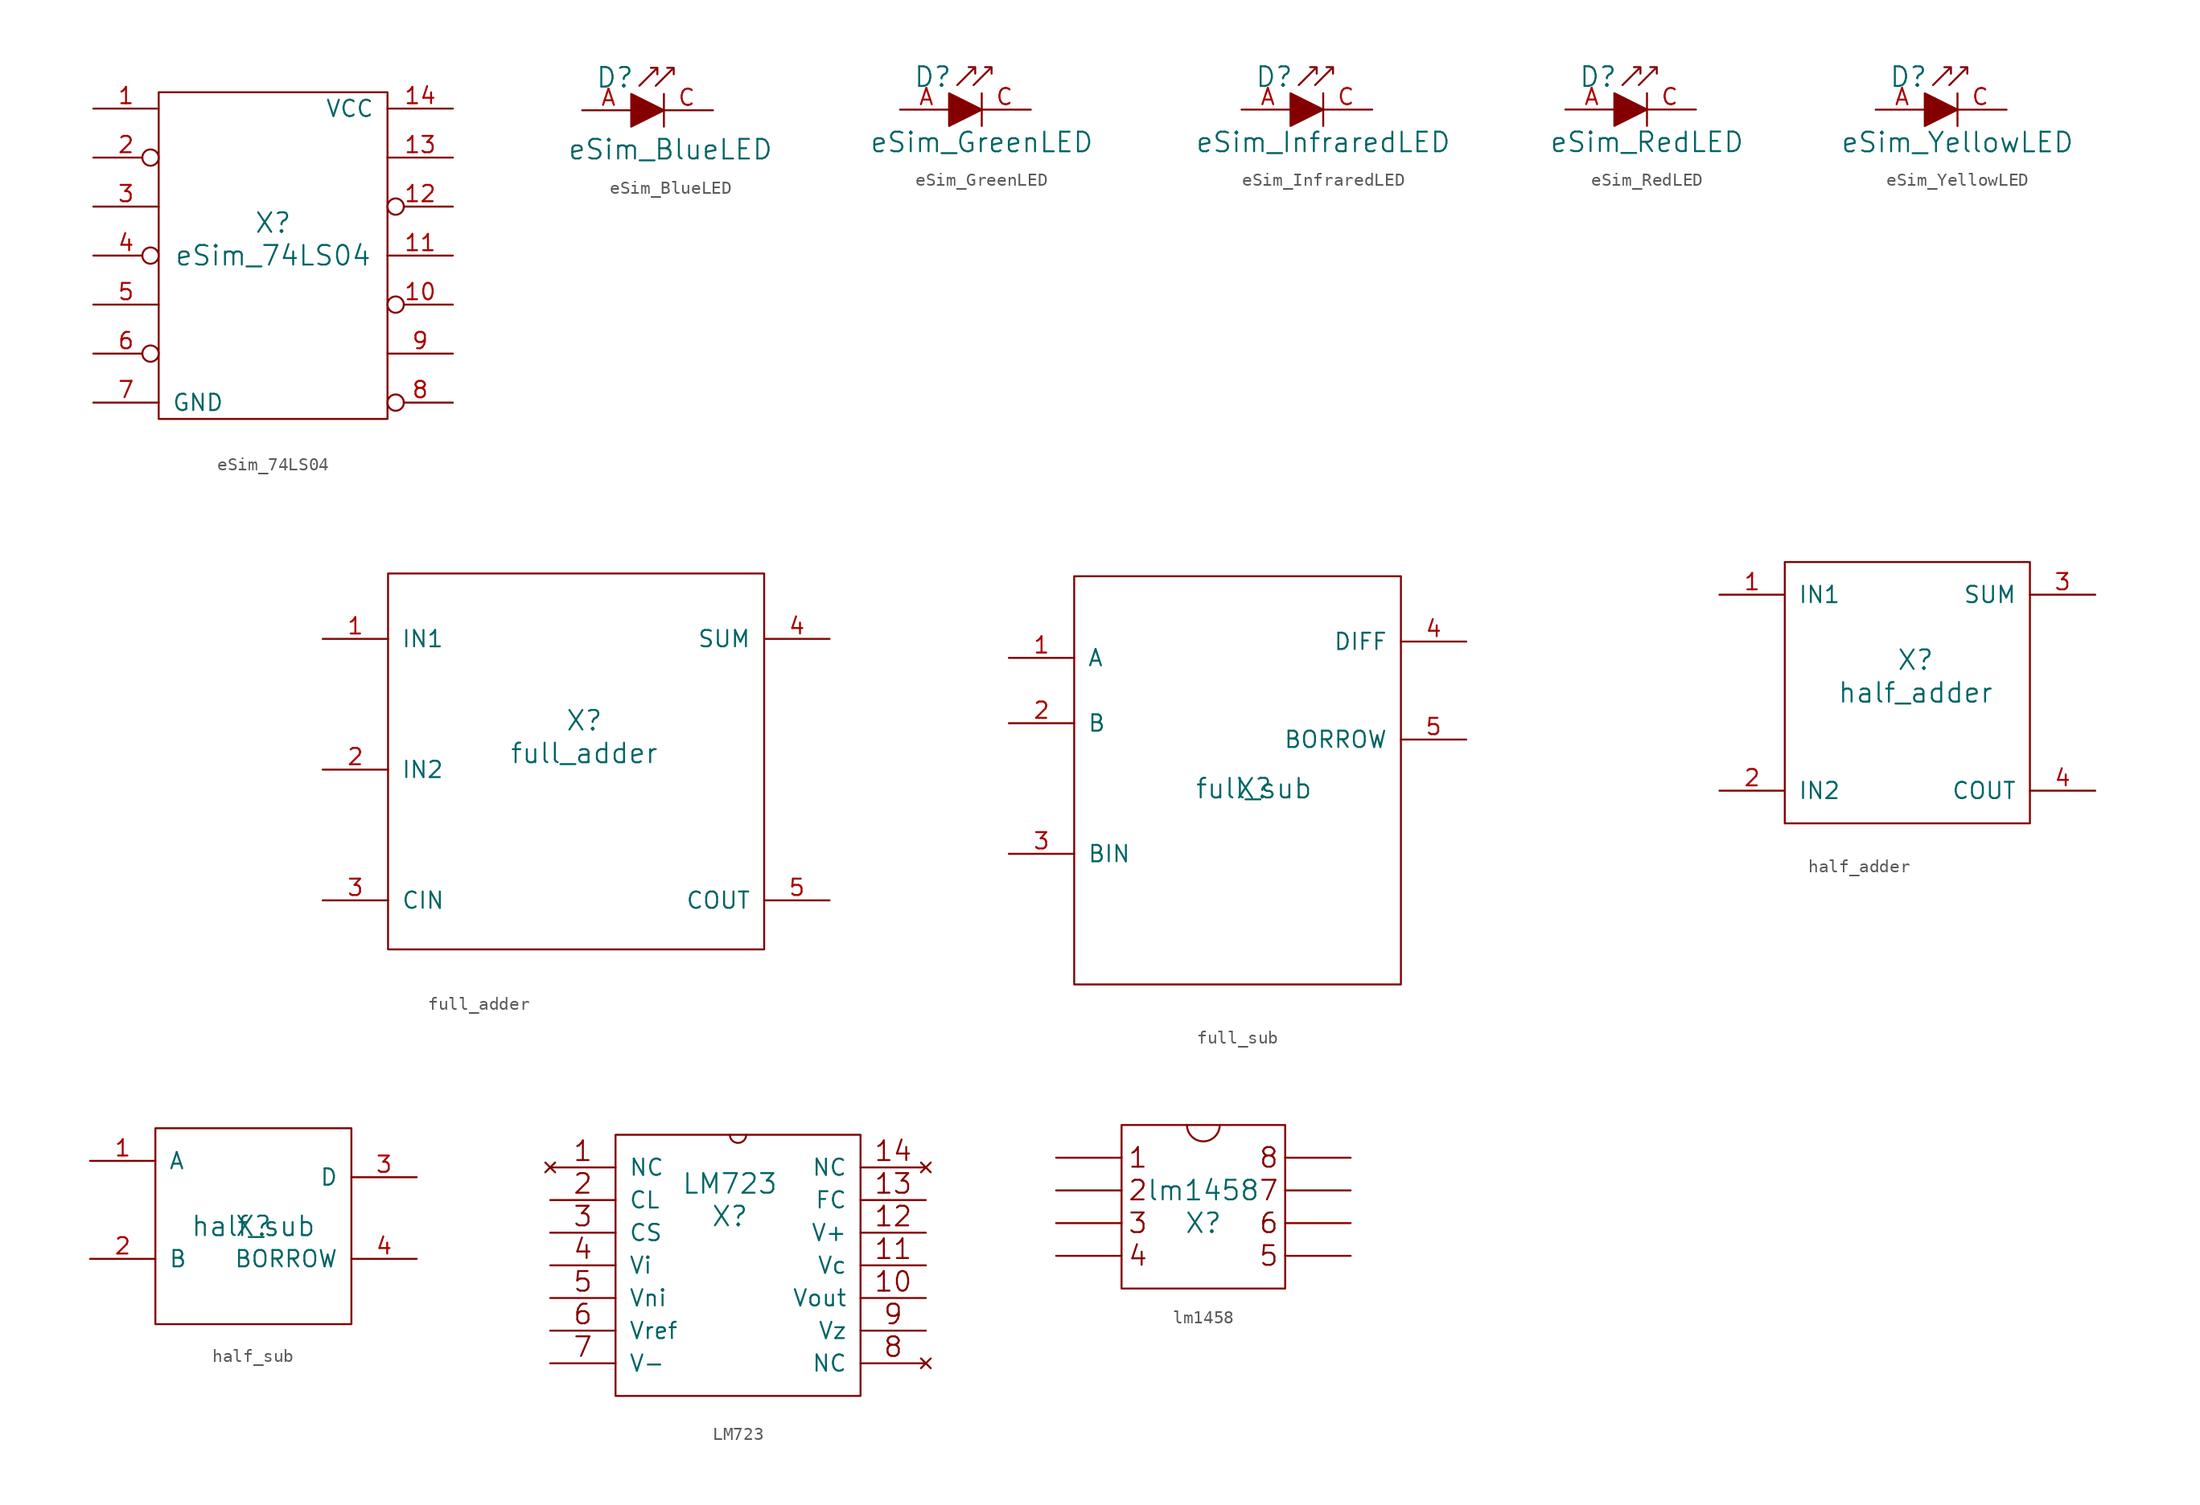
<source format=kicad_sym>
(kicad_symbol_lib
  (version 20211014)
  (generator kicad_symbol_editor)
  (symbol "eSim_74LS04"
    (pin_names
      (offset 1.016))
    (property "Reference" "X"
      (at 0 2.54 0)
      (effects (font (size 1.524 1.524))))
    (property "Value" "eSim_74LS04"
      (at 0 0 0)
      (effects (font (size 1.524 1.524))))
    (symbol "eSim_74LS04_0_1"
      (rectangle (start 8.89 12.7) (end -8.89 -12.7) (stroke (width 0) (type default) (color 0 0 0 0)) (fill (type none))))
    (symbol "eSim_74LS04_1_1"
      (pin passive line (at -13.97 11.43 0) (length 5.08) (name "~" (effects (font (size 1.27 1.27)))) (number "1" (effects (font (size 1.27 1.27)))))
      (pin passive inverted (at 13.97 -3.81 180) (length 5.08) (name "~" (effects (font (size 1.27 1.27)))) (number "10" (effects (font (size 1.27 1.27)))))
      (pin passive line (at 13.97 0 180) (length 5.08) (name "~" (effects (font (size 1.27 1.27)))) (number "11" (effects (font (size 1.27 1.27)))))
      (pin passive inverted (at 13.97 3.81 180) (length 5.08) (name "~" (effects (font (size 1.27 1.27)))) (number "12" (effects (font (size 1.27 1.27)))))
      (pin passive line (at 13.97 7.62 180) (length 5.08) (name "~" (effects (font (size 1.27 1.27)))) (number "13" (effects (font (size 1.27 1.27)))))
      (pin passive line (at 13.97 11.43 180) (length 5.08) (name "VCC" (effects (font (size 1.27 1.27)))) (number "14" (effects (font (size 1.27 1.27)))))
      (pin passive inverted (at -13.97 7.62 0) (length 5.08) (name "~" (effects (font (size 1.27 1.27)))) (number "2" (effects (font (size 1.27 1.27)))))
      (pin passive line (at -13.97 3.81 0) (length 5.08) (name "~" (effects (font (size 1.27 1.27)))) (number "3" (effects (font (size 1.27 1.27)))))
      (pin passive inverted (at -13.97 0 0) (length 5.08) (name "~" (effects (font (size 1.27 1.27)))) (number "4" (effects (font (size 1.27 1.27)))))
      (pin passive line (at -13.97 -3.81 0) (length 5.08) (name "~" (effects (font (size 1.27 1.27)))) (number "5" (effects (font (size 1.27 1.27)))))
      (pin passive inverted (at -13.97 -7.62 0) (length 5.08) (name "~" (effects (font (size 1.27 1.27)))) (number "6" (effects (font (size 1.27 1.27)))))
      (pin passive line (at -13.97 -11.43 0) (length 5.08) (name "GND" (effects (font (size 1.27 1.27)))) (number "7" (effects (font (size 1.27 1.27)))))
      (pin passive inverted (at 13.97 -11.43 180) (length 5.08) (name "~" (effects (font (size 1.27 1.27)))) (number "8" (effects (font (size 1.27 1.27)))))
      (pin passive line (at 13.97 -7.62 180) (length 5.08) (name "~" (effects (font (size 1.27 1.27)))) (number "9" (effects (font (size 1.27 1.27)))))))
  (symbol "eSim_BlueLED"
    (property "Reference" "D"
      (at -2.54 2.54 0)
      (effects (font (size 1.524 1.524))))
    (property "Value" "eSim_BlueLED"
      (at 1.778 -3.048 0)
      (effects (font (size 1.524 1.524))))
    (symbol "eSim_BlueLED_0_0"
      (polyline (pts (xy -0.635 1.905) (xy 0.635 3.175)) (stroke (width 0) (type default) (color 0 0 0 0)) (fill (type none)))
      (polyline (pts (xy 0.635 1.905) (xy 1.905 3.175)) (stroke (width 0) (type default) (color 0 0 0 0)) (fill (type none)))
      (polyline (pts (xy 1.27 1.27) (xy 1.27 -1.27)) (stroke (width 0) (type default) (color 0 0 0 0)) (fill (type none)))
      (polyline (pts (xy 0.762 2.794) (xy 0.762 3.302) (xy 0.254 3.302)) (stroke (width 0) (type default) (color 0 0 0 0)) (fill (type none)))
      (polyline (pts (xy 1.524 3.302) (xy 2.032 3.302) (xy 2.032 2.794)) (stroke (width 0) (type default) (color 0 0 0 0)) (fill (type none)))
      (polyline (pts (xy -1.27 1.27) (xy -1.27 -1.27) (xy 1.27 0) (xy -1.27 1.27)) (stroke (width 0) (type default) (color 0 0 0 0)) (fill (type outline))))
    (symbol "eSim_BlueLED_1_1"
      (pin input line (at -5.08 0 0) (length 4.089) (name "~" (effects (font (size 0.508 0.508)))) (number "A" (effects (font (size 1.27 1.27)))))
      (pin input line (at 5.08 0 180) (length 4.089) (name "~" (effects (font (size 0.508 0.508)))) (number "C" (effects (font (size 1.27 1.27)))))))
  (symbol "eSim_GreenLED"
    (property "Reference" "D"
      (at -2.54 2.54 0)
      (effects (font (size 1.524 1.524))))
    (property "Value" "eSim_GreenLED"
      (at 1.27 -2.54 0)
      (effects (font (size 1.524 1.524))))
    (symbol "eSim_GreenLED_0_0"
      (polyline (pts (xy -0.635 1.905) (xy 0.635 3.175)) (stroke (width 0) (type default) (color 0 0 0 0)) (fill (type none)))
      (polyline (pts (xy 0.635 1.905) (xy 1.905 3.175)) (stroke (width 0) (type default) (color 0 0 0 0)) (fill (type none)))
      (polyline (pts (xy 1.27 1.27) (xy 1.27 -1.27)) (stroke (width 0) (type default) (color 0 0 0 0)) (fill (type none)))
      (polyline (pts (xy 0.762 2.794) (xy 0.762 3.302) (xy 0.254 3.302)) (stroke (width 0) (type default) (color 0 0 0 0)) (fill (type none)))
      (polyline (pts (xy 1.524 3.302) (xy 2.032 3.302) (xy 2.032 2.794)) (stroke (width 0) (type default) (color 0 0 0 0)) (fill (type none)))
      (polyline (pts (xy -1.27 1.27) (xy -1.27 -1.27) (xy 1.27 0) (xy -1.27 1.27)) (stroke (width 0) (type default) (color 0 0 0 0)) (fill (type outline))))
    (symbol "eSim_GreenLED_1_1"
      (pin input line (at -5.08 0 0) (length 4.089) (name "~" (effects (font (size 0.508 0.508)))) (number "A" (effects (font (size 1.27 1.27)))))
      (pin input line (at 5.08 0 180) (length 4.089) (name "~" (effects (font (size 0.508 0.508)))) (number "C" (effects (font (size 1.27 1.27)))))))
  (symbol "eSim_InfraredLED"
    (property "Reference" "D"
      (at -2.54 2.54 0)
      (effects (font (size 1.524 1.524))))
    (property "Value" "eSim_InfraredLED"
      (at 1.27 -2.54 0)
      (effects (font (size 1.524 1.524))))
    (symbol "eSim_InfraredLED_0_0"
      (polyline (pts (xy -0.635 1.905) (xy 0.635 3.175)) (stroke (width 0) (type default) (color 0 0 0 0)) (fill (type none)))
      (polyline (pts (xy 0.635 1.905) (xy 1.905 3.175)) (stroke (width 0) (type default) (color 0 0 0 0)) (fill (type none)))
      (polyline (pts (xy 1.27 1.27) (xy 1.27 -1.27)) (stroke (width 0) (type default) (color 0 0 0 0)) (fill (type none)))
      (polyline (pts (xy 0.762 2.794) (xy 0.762 3.302) (xy 0.254 3.302)) (stroke (width 0) (type default) (color 0 0 0 0)) (fill (type none)))
      (polyline (pts (xy 1.524 3.302) (xy 2.032 3.302) (xy 2.032 2.794)) (stroke (width 0) (type default) (color 0 0 0 0)) (fill (type none)))
      (polyline (pts (xy -1.27 1.27) (xy -1.27 -1.27) (xy 1.27 0) (xy -1.27 1.27)) (stroke (width 0) (type default) (color 0 0 0 0)) (fill (type outline))))
    (symbol "eSim_InfraredLED_1_1"
      (pin input line (at -5.08 0 0) (length 4.089) (name "~" (effects (font (size 0.508 0.508)))) (number "A" (effects (font (size 1.27 1.27)))))
      (pin input line (at 5.08 0 180) (length 4.089) (name "~" (effects (font (size 0.508 0.508)))) (number "C" (effects (font (size 1.27 1.27)))))))
  (symbol "eSim_RedLED"
    (property "Reference" "D"
      (at -2.54 2.54 0)
      (effects (font (size 1.524 1.524))))
    (property "Value" "eSim_RedLED"
      (at 1.27 -2.54 0)
      (effects (font (size 1.524 1.524))))
    (symbol "eSim_RedLED_0_0"
      (polyline (pts (xy -0.635 1.905) (xy 0.635 3.175)) (stroke (width 0) (type default) (color 0 0 0 0)) (fill (type none)))
      (polyline (pts (xy 0.635 1.905) (xy 1.905 3.175)) (stroke (width 0) (type default) (color 0 0 0 0)) (fill (type none)))
      (polyline (pts (xy 1.27 1.27) (xy 1.27 -1.27)) (stroke (width 0) (type default) (color 0 0 0 0)) (fill (type none)))
      (polyline (pts (xy 0.762 2.794) (xy 0.762 3.302) (xy 0.254 3.302)) (stroke (width 0) (type default) (color 0 0 0 0)) (fill (type none)))
      (polyline (pts (xy 1.524 3.302) (xy 2.032 3.302) (xy 2.032 2.794)) (stroke (width 0) (type default) (color 0 0 0 0)) (fill (type none)))
      (polyline (pts (xy -1.27 1.27) (xy -1.27 -1.27) (xy 1.27 0) (xy -1.27 1.27)) (stroke (width 0) (type default) (color 0 0 0 0)) (fill (type outline))))
    (symbol "eSim_RedLED_1_1"
      (pin input line (at -5.08 0 0) (length 4.089) (name "~" (effects (font (size 0.508 0.508)))) (number "A" (effects (font (size 1.27 1.27)))))
      (pin input line (at 5.08 0 180) (length 4.089) (name "~" (effects (font (size 0.508 0.508)))) (number "C" (effects (font (size 1.27 1.27)))))))
  (symbol "eSim_YellowLED"
    (property "Reference" "D"
      (at -2.54 2.54 0)
      (effects (font (size 1.524 1.524))))
    (property "Value" "eSim_YellowLED"
      (at 1.27 -2.54 0)
      (effects (font (size 1.524 1.524))))
    (symbol "eSim_YellowLED_0_0"
      (polyline (pts (xy -0.635 1.905) (xy 0.635 3.175)) (stroke (width 0) (type default) (color 0 0 0 0)) (fill (type none)))
      (polyline (pts (xy 0.635 1.905) (xy 1.905 3.175)) (stroke (width 0) (type default) (color 0 0 0 0)) (fill (type none)))
      (polyline (pts (xy 1.27 1.27) (xy 1.27 -1.27)) (stroke (width 0) (type default) (color 0 0 0 0)) (fill (type none)))
      (polyline (pts (xy 0.762 2.794) (xy 0.762 3.302) (xy 0.254 3.302)) (stroke (width 0) (type default) (color 0 0 0 0)) (fill (type none)))
      (polyline (pts (xy 1.524 3.302) (xy 2.032 3.302) (xy 2.032 2.794)) (stroke (width 0) (type default) (color 0 0 0 0)) (fill (type none)))
      (polyline (pts (xy -1.27 1.27) (xy -1.27 -1.27) (xy 1.27 0) (xy -1.27 1.27)) (stroke (width 0) (type default) (color 0 0 0 0)) (fill (type outline))))
    (symbol "eSim_YellowLED_1_1"
      (pin input line (at -5.08 0 0) (length 4.089) (name "~" (effects (font (size 0.508 0.508)))) (number "A" (effects (font (size 1.27 1.27)))))
      (pin input line (at 5.08 0 180) (length 4.089) (name "~" (effects (font (size 0.508 0.508)))) (number "C" (effects (font (size 1.27 1.27)))))))
  (symbol "full_adder"
    (pin_names
      (offset 1.016))
    (property "Reference" "X"
      (at 35.56 17.78 0)
      (effects (font (size 1.524 1.524))))
    (property "Value" "full_adder"
      (at 35.56 15.24 0)
      (effects (font (size 1.524 1.524))))
    (property "Footprint" ""
      (at 0 0 0)
      (effects (font (size 1.524 1.524))))
    (property "Datasheet" ""
      (at 0 0 0)
      (effects (font (size 1.524 1.524))))
    (symbol "full_adder_0_1"
      (rectangle (start 20.32 29.21) (end 49.53 0) (stroke (width 0) (type default) (color 0 0 0 0)) (fill (type none))))
    (symbol "full_adder_1_1"
      (pin input line (at 15.24 24.13 0) (length 5.08) (name "IN1" (effects (font (size 1.27 1.27)))) (number "1" (effects (font (size 1.27 1.27)))))
      (pin input line (at 15.24 13.97 0) (length 5.08) (name "IN2" (effects (font (size 1.27 1.27)))) (number "2" (effects (font (size 1.27 1.27)))))
      (pin input line (at 15.24 3.81 0) (length 5.08) (name "CIN" (effects (font (size 1.27 1.27)))) (number "3" (effects (font (size 1.27 1.27)))))
      (pin output line (at 54.61 24.13 180) (length 5.08) (name "SUM" (effects (font (size 1.27 1.27)))) (number "4" (effects (font (size 1.27 1.27)))))
      (pin output line (at 54.61 3.81 180) (length 5.08) (name "COUT" (effects (font (size 1.27 1.27)))) (number "5" (effects (font (size 1.27 1.27)))))))
  (symbol "full_sub"
    (pin_names
      (offset 1.016))
    (property "Reference" "X"
      (at 0 0 0)
      (effects (font (size 1.524 1.524))))
    (property "Value" "full_sub"
      (at 0 0 0)
      (effects (font (size 1.524 1.524))))
    (property "Footprint" ""
      (at 0 0 0)
      (effects (font (size 1.524 1.524))))
    (property "Datasheet" ""
      (at 0 0 0)
      (effects (font (size 1.524 1.524))))
    (symbol "full_sub_0_1"
      (rectangle (start -13.97 16.51) (end 11.43 -15.24) (stroke (width 0) (type default) (color 0 0 0 0)) (fill (type none))))
    (symbol "full_sub_1_1"
      (pin input line (at -19.05 10.16 0) (length 5.08) (name "A" (effects (font (size 1.27 1.27)))) (number "1" (effects (font (size 1.27 1.27)))))
      (pin input line (at -19.05 5.08 0) (length 5.08) (name "B" (effects (font (size 1.27 1.27)))) (number "2" (effects (font (size 1.27 1.27)))))
      (pin input line (at -19.05 -5.08 0) (length 5.08) (name "BIN" (effects (font (size 1.27 1.27)))) (number "3" (effects (font (size 1.27 1.27)))))
      (pin output line (at 16.51 11.43 180) (length 5.08) (name "DIFF" (effects (font (size 1.27 1.27)))) (number "4" (effects (font (size 1.27 1.27)))))
      (pin output line (at 16.51 3.81 180) (length 5.08) (name "BORROW" (effects (font (size 1.27 1.27)))) (number "5" (effects (font (size 1.27 1.27)))))))
  (symbol "half_adder"
    (pin_names
      (offset 1.016))
    (property "Reference" "X"
      (at 22.86 12.7 0)
      (effects (font (size 1.524 1.524))))
    (property "Value" "half_adder"
      (at 22.86 10.16 0)
      (effects (font (size 1.524 1.524))))
    (property "Footprint" ""
      (at 0 0 0)
      (effects (font (size 1.524 1.524))))
    (property "Datasheet" ""
      (at 0 0 0)
      (effects (font (size 1.524 1.524))))
    (symbol "half_adder_0_1"
      (rectangle (start 12.7 20.32) (end 31.75 0) (stroke (width 0) (type default) (color 0 0 0 0)) (fill (type none))))
    (symbol "half_adder_1_1"
      (pin input line (at 7.62 17.78 0) (length 5.08) (name "IN1" (effects (font (size 1.27 1.27)))) (number "1" (effects (font (size 1.27 1.27)))))
      (pin input line (at 7.62 2.54 0) (length 5.08) (name "IN2" (effects (font (size 1.27 1.27)))) (number "2" (effects (font (size 1.27 1.27)))))
      (pin output line (at 36.83 17.78 180) (length 5.08) (name "SUM" (effects (font (size 1.27 1.27)))) (number "3" (effects (font (size 1.27 1.27)))))
      (pin output line (at 36.83 2.54 180) (length 5.08) (name "COUT" (effects (font (size 1.27 1.27)))) (number "4" (effects (font (size 1.27 1.27)))))))
  (symbol "half_sub"
    (pin_names
      (offset 1.016))
    (property "Reference" "X"
      (at 0 0 0)
      (effects (font (size 1.524 1.524))))
    (property "Value" "half_sub"
      (at 0 0 0)
      (effects (font (size 1.524 1.524))))
    (symbol "half_sub_0_1"
      (rectangle (start -7.62 7.62) (end 7.62 -7.62) (stroke (width 0) (type default) (color 0 0 0 0)) (fill (type none))))
    (symbol "half_sub_1_1"
      (pin input line (at -12.7 5.08 0) (length 5.08) (name "A" (effects (font (size 1.27 1.27)))) (number "1" (effects (font (size 1.27 1.27)))))
      (pin input line (at -12.7 -2.54 0) (length 5.08) (name "B" (effects (font (size 1.27 1.27)))) (number "2" (effects (font (size 1.27 1.27)))))
      (pin output line (at 12.7 3.81 180) (length 5.08) (name "D" (effects (font (size 1.27 1.27)))) (number "3" (effects (font (size 1.27 1.27)))))
      (pin output line (at 12.7 -2.54 180) (length 5.08) (name "BORROW" (effects (font (size 1.27 1.27)))) (number "4" (effects (font (size 1.27 1.27)))))))
  (symbol "LM723"
    (pin_numbers hide)
    (pin_names
      (offset 1.016))
    (property "Reference" "X"
      (at -1.27 3.81 0)
      (effects (font (size 1.524 1.524))))
    (property "Value" "LM723"
      (at -1.27 6.35 0)
      (effects (font (size 1.524 1.524))))
    (symbol "LM723_0_0"
      (text "1" (at -12.7 8.89 0) (effects (font (size 1.524 1.524))))
      (text "10" (at 11.43 -1.27 0) (effects (font (size 1.524 1.524))))
      (text "11" (at 11.43 1.27 0) (effects (font (size 1.524 1.524))))
      (text "12" (at 11.43 3.81 0) (effects (font (size 1.524 1.524))))
      (text "13" (at 11.43 6.35 0) (effects (font (size 1.524 1.524))))
      (text "14" (at 11.43 8.89 0) (effects (font (size 1.524 1.524))))
      (text "2" (at -12.7 6.35 0) (effects (font (size 1.524 1.524))))
      (text "3" (at -12.7 3.81 0) (effects (font (size 1.524 1.524))))
      (text "4" (at -12.7 1.27 0) (effects (font (size 1.524 1.524))))
      (text "5" (at -12.7 -1.27 0) (effects (font (size 1.524 1.524))))
      (text "6" (at -12.7 -3.81 0) (effects (font (size 1.524 1.524))))
      (text "7" (at -12.7 -6.35 0) (effects (font (size 1.524 1.524))))
      (text "8" (at 11.43 -6.35 0) (effects (font (size 1.524 1.524))))
      (text "9" (at 11.43 -3.81 0) (effects (font (size 1.524 1.524)))))
    (symbol "LM723_0_1"
      (rectangle (start -10.16 10.16) (end 8.89 -10.16) (stroke (width 0) (type default) (color 0 0 0 0)) (fill (type none)))
      (arc (start -1.27 10.16) (mid -0.635 9.525) (end 0 10.16) (stroke (width 0) (type default) (color 0 0 0 0)) (fill (type none))))
    (symbol "LM723_1_1"
      (pin bidirectional line (at 13.97 2.54 180) (length 5.08) (name "V+" (effects (font (size 1.27 1.27)))) (number "1" (effects (font (size 1.27 1.27)))))
      (pin bidirectional line (at -15.24 -2.54 0) (length 5.08) (name "Vni" (effects (font (size 1.27 1.27)))) (number "10" (effects (font (size 1.27 1.27)))))
      (pin no_connect line (at -15.24 7.62 0) (length 5.08) (name "NC" (effects (font (size 1.27 1.27)))) (number "11" (effects (font (size 1.27 1.27)))))
      (pin no_connect line (at 13.97 7.62 180) (length 5.08) (name "NC" (effects (font (size 1.27 1.27)))) (number "12" (effects (font (size 1.27 1.27)))))
      (pin no_connect line (at 13.97 -7.62 180) (length 5.08) (name "NC" (effects (font (size 1.27 1.27)))) (number "13" (effects (font (size 1.27 1.27)))))
      (pin bidirectional line (at -15.24 -7.62 0) (length 5.08) (name "V-" (effects (font (size 1.27 1.27)))) (number "14" (effects (font (size 1.27 1.27)))))
      (pin bidirectional line (at 13.97 0 180) (length 5.08) (name "Vc" (effects (font (size 1.27 1.27)))) (number "2" (effects (font (size 1.27 1.27)))))
      (pin bidirectional line (at 13.97 -2.54 180) (length 5.08) (name "Vout" (effects (font (size 1.27 1.27)))) (number "3" (effects (font (size 1.27 1.27)))))
      (pin bidirectional line (at 13.97 -5.08 180) (length 5.08) (name "Vz" (effects (font (size 1.27 1.27)))) (number "4" (effects (font (size 1.27 1.27)))))
      (pin bidirectional line (at -15.24 -5.08 0) (length 5.08) (name "Vref" (effects (font (size 1.27 1.27)))) (number "5" (effects (font (size 1.27 1.27)))))
      (pin bidirectional line (at 13.97 5.08 180) (length 5.08) (name "FC" (effects (font (size 1.27 1.27)))) (number "6" (effects (font (size 1.27 1.27)))))
      (pin bidirectional line (at -15.24 5.08 0) (length 5.08) (name "CL" (effects (font (size 1.27 1.27)))) (number "7" (effects (font (size 1.27 1.27)))))
      (pin bidirectional line (at -15.24 2.54 0) (length 5.08) (name "CS" (effects (font (size 1.27 1.27)))) (number "8" (effects (font (size 1.27 1.27)))))
      (pin bidirectional line (at -15.24 0 0) (length 5.08) (name "Vi" (effects (font (size 1.27 1.27)))) (number "9" (effects (font (size 1.27 1.27)))))))
  (symbol "lm1458"
    (pin_numbers hide)
    (pin_names
      (offset 1.016) hide)
    (property "Reference" "X"
      (at 0 0 0)
      (effects (font (size 1.524 1.524))))
    (property "Value" "lm1458"
      (at 0 2.54 0)
      (effects (font (size 1.524 1.524))))
    (symbol "lm1458_0_0"
      (text "1" (at -5.08 5.08 0) (effects (font (size 1.524 1.524))))
      (text "2" (at -5.08 2.54 0) (effects (font (size 1.524 1.524))))
      (text "3" (at -5.08 0 0) (effects (font (size 1.524 1.524))))
      (text "4" (at -5.08 -2.54 0) (effects (font (size 1.524 1.524))))
      (text "5" (at 5.08 -2.54 0) (effects (font (size 1.524 1.524))))
      (text "6" (at 5.08 0 0) (effects (font (size 1.524 1.524))))
      (text "7" (at 5.08 2.54 0) (effects (font (size 1.524 1.524))))
      (text "8" (at 5.08 5.08 0) (effects (font (size 1.524 1.524)))))
    (symbol "lm1458_0_1"
      (rectangle (start -6.35 7.62) (end 6.35 -5.08) (stroke (width 0) (type default) (color 0 0 0 0)) (fill (type none)))
      (arc (start -1.27 7.62) (mid 0 6.35) (end 1.27 7.62) (stroke (width 0) (type default) (color 0 0 0 0)) (fill (type none))))
    (symbol "lm1458_1_1"
      (pin input line (at -11.43 0 0) (length 5.08) (name "3" (effects (font (size 1.27 1.27)))) (number "1" (effects (font (size 1.27 1.27)))))
      (pin input line (at -11.43 2.54 0) (length 5.08) (name "2" (effects (font (size 1.27 1.27)))) (number "2" (effects (font (size 1.27 1.27)))))
      (pin input line (at -11.43 -2.54 0) (length 5.08) (name "4" (effects (font (size 1.27 1.27)))) (number "3" (effects (font (size 1.27 1.27)))))
      (pin input line (at 11.43 -2.54 180) (length 5.08) (name "5" (effects (font (size 1.27 1.27)))) (number "4" (effects (font (size 1.27 1.27)))))
      (pin input line (at 11.43 5.08 180) (length 5.08) (name "8" (effects (font (size 1.27 1.27)))) (number "5" (effects (font (size 1.27 1.27)))))
      (pin output line (at -11.43 5.08 0) (length 5.08) (name "1" (effects (font (size 1.27 1.27)))) (number "6" (effects (font (size 1.27 1.27)))))
      (pin input line (at 11.43 0 180) (length 5.08) (name "6" (effects (font (size 1.27 1.27)))) (number "7" (effects (font (size 1.27 1.27)))))
      (pin output line (at 11.43 2.54 180) (length 5.08) (name "7" (effects (font (size 1.27 1.27)))) (number "8" (effects (font (size 1.27 1.27))))))))
</source>
